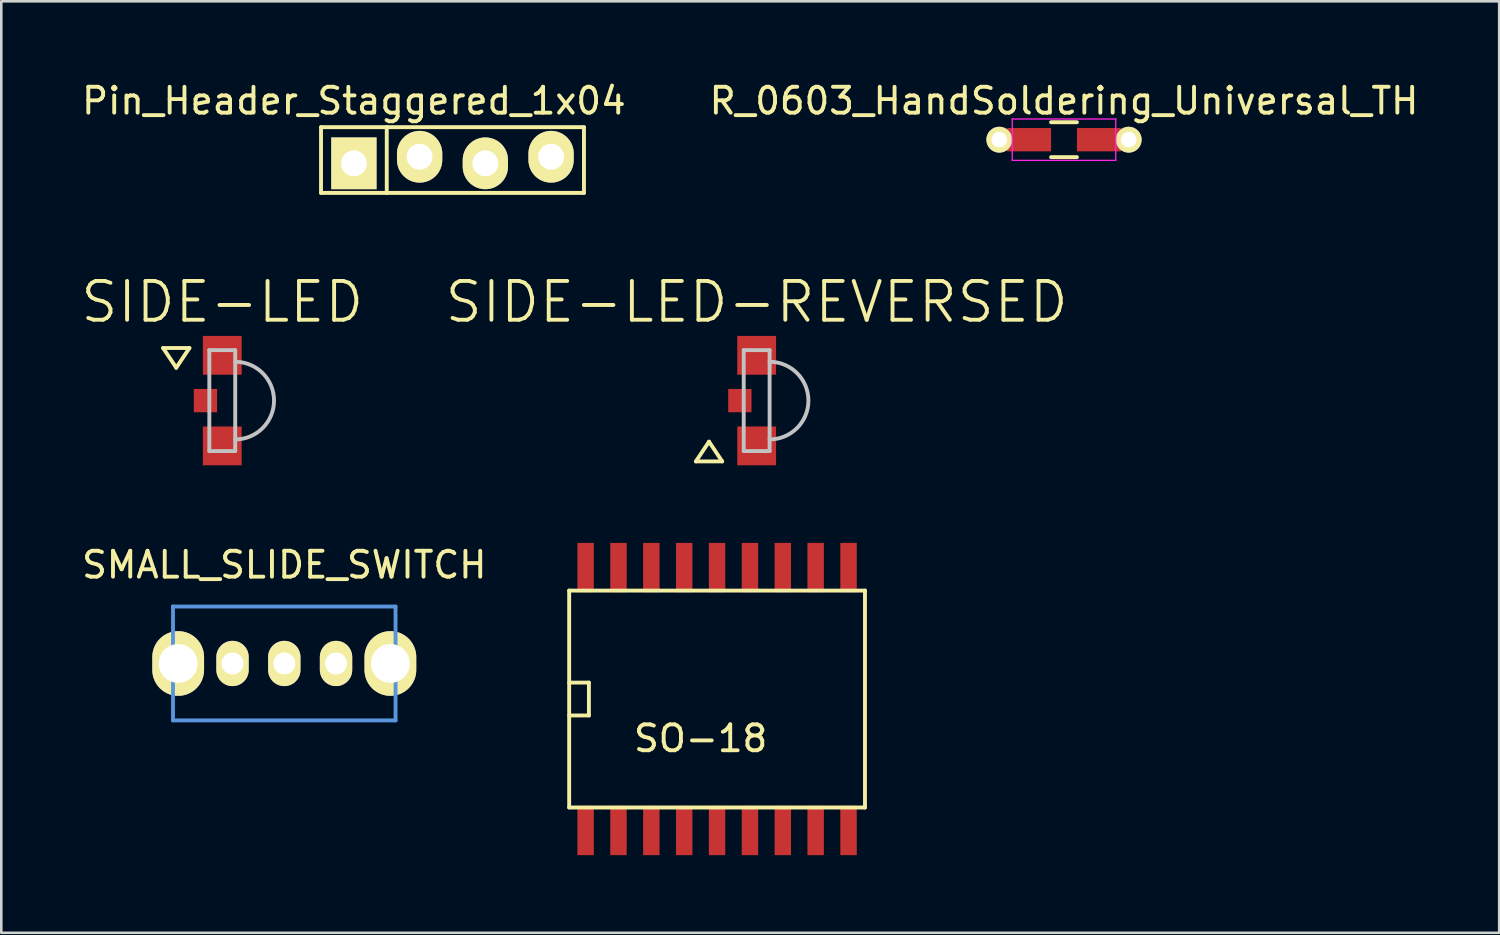
<source format=kicad_pcb>
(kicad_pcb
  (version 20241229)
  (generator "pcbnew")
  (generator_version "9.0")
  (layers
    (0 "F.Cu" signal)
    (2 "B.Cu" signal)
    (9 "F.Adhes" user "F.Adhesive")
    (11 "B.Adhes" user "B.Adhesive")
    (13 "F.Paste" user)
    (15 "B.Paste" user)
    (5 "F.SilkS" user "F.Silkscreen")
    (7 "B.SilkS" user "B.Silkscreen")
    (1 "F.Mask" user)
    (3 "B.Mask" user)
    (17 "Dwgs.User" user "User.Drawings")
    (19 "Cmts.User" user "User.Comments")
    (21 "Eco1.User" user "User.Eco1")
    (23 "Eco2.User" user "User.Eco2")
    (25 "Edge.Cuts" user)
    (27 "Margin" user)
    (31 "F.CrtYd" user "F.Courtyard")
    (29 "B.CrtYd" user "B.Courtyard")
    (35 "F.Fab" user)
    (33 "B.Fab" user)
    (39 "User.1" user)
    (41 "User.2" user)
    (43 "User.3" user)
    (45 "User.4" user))
  (footprint "SO-18"
    (layer "F.Cu")
    (at 24.024 23.962)
    (property "Reference" "SO-18" (at 0 1.524 0) (layer "F.SilkS") (effects (font (size 1 1) (thickness 0.15))))
    (attr smd)
    (fp_line (start -5.08 -4.191) (end 6.35 -4.191) (stroke (width 0.15) (type solid)) (layer "F.SilkS"))
    (fp_line (start -5.08 -0.635) (end -4.318 -0.635) (stroke (width 0.15) (type solid)) (layer "F.SilkS"))
    (fp_line (start -5.08 4.191) (end -5.08 -4.191) (stroke (width 0.15) (type solid)) (layer "F.SilkS"))
    (fp_line (start -4.318 -0.635) (end -4.318 0.635) (stroke (width 0.15) (type solid)) (layer "F.SilkS"))
    (fp_line (start -4.318 0.635) (end -5.08 0.635) (stroke (width 0.15) (type solid)) (layer "F.SilkS"))
    (fp_line (start 6.35 -4.191) (end 6.35 4.191) (stroke (width 0.15) (type solid)) (layer "F.SilkS"))
    (fp_line (start 6.35 4.191) (end -5.08 4.191) (stroke (width 0.15) (type solid)) (layer "F.SilkS"))
    (pad "1" smd rect (at -4.445 5.08) (size 0.635 1.905) (layers "F.Cu" "F.Mask" "F.Paste"))
    (pad "2" smd rect (at -3.175 5.08) (size 0.635 1.905) (layers "F.Cu" "F.Mask" "F.Paste"))
    (pad "3" smd rect (at -1.905 5.08) (size 0.635 1.905) (layers "F.Cu" "F.Mask" "F.Paste"))
    (pad "4" smd rect (at -0.635 5.08) (size 0.635 1.905) (layers "F.Cu" "F.Mask" "F.Paste"))
    (pad "5" smd rect (at 0.635 5.08) (size 0.635 1.905) (layers "F.Cu" "F.Mask" "F.Paste"))
    (pad "6" smd rect (at 1.905 5.08) (size 0.635 1.905) (layers "F.Cu" "F.Mask" "F.Paste"))
    (pad "7" smd rect (at 3.175 5.08) (size 0.635 1.905) (layers "F.Cu" "F.Mask" "F.Paste"))
    (pad "8" smd rect (at 4.445 5.08) (size 0.635 1.905) (layers "F.Cu" "F.Mask" "F.Paste"))
    (pad "9" smd rect (at 5.715 5.08) (size 0.635 1.905) (layers "F.Cu" "F.Mask" "F.Paste"))
    (pad "10" smd rect (at 5.715 -5.08) (size 0.635 1.905) (layers "F.Cu" "F.Mask" "F.Paste"))
    (pad "11" smd rect (at 4.445 -5.08) (size 0.635 1.905) (layers "F.Cu" "F.Mask" "F.Paste"))
    (pad "12" smd rect (at 3.175 -5.08) (size 0.635 1.905) (layers "F.Cu" "F.Mask" "F.Paste"))
    (pad "13" smd rect (at 1.905 -5.08) (size 0.635 1.905) (layers "F.Cu" "F.Mask" "F.Paste"))
    (pad "14" smd rect (at 0.635 -5.08) (size 0.635 1.905) (layers "F.Cu" "F.Mask" "F.Paste"))
    (pad "15" smd rect (at -0.635 -5.08) (size 0.635 1.905) (layers "F.Cu" "F.Mask" "F.Paste"))
    (pad "16" smd rect (at -1.905 -5.08) (size 0.635 1.905) (layers "F.Cu" "F.Mask" "F.Paste"))
    (pad "17" smd rect (at -3.175 -5.08) (size 0.635 1.905) (layers "F.Cu" "F.Mask" "F.Paste"))
    (pad "18" smd rect (at -4.445 -5.08) (size 0.635 1.905) (layers "F.Cu" "F.Mask" "F.Paste")))
  (footprint "SIDE-LED-REVERSED"
    (layer "F.Cu")
    (at 26.189 12.43)
    (property "Reference" "SIDE-LED-REVERSED" (at 0 -3.81 0) (layer "F.SilkS") (effects (font (size 1.5 1.5) (thickness 0.15))))
    (attr smd)
    (fp_line (start -2.349 2.349) (end -1.841 1.587) (stroke (width 0.15) (type solid)) (layer "F.SilkS"))
    (fp_line (start -2.349 2.349) (end -1.333 2.349) (stroke (width 0.15) (type solid)) (layer "F.SilkS"))
    (fp_line (start -1.841 1.587) (end -1.333 2.349) (stroke (width 0.15) (type solid)) (layer "F.SilkS"))
    (fp_line (start -0.5 -1.95) (end 0.5 -1.95) (stroke (width 0.15) (type solid)) (layer "Dwgs.User"))
    (fp_line (start -0.5 1.95) (end -0.5 -1.95) (stroke (width 0.15) (type solid)) (layer "Dwgs.User"))
    (fp_line (start 0.5 -1.95) (end 0.5 1.95) (stroke (width 0.15) (type solid)) (layer "Dwgs.User"))
    (fp_line (start 0.5 1.95) (end -0.5 1.95) (stroke (width 0.15) (type solid)) (layer "Dwgs.User"))
    (fp_arc (start 0.5 -1.5) (mid 2 0) (end 0.5 1.5) (stroke (width 0.15) (type solid)) (layer "Dwgs.User"))
    (pad "" smd rect (at -0.65 0) (size 0.9 0.9) (layers "F.Cu" "F.Mask" "F.Paste"))
    (pad "1" smd rect (at 0 1.75) (size 1.5 1.5) (layers "F.Cu" "F.Mask" "F.Paste"))
    (pad "2" smd rect (at 0 -1.75) (size 1.5 1.5) (layers "F.Cu" "F.Mask" "F.Paste")))
  (footprint "SMALL_SLIDE_SWITCH"
    (layer "F.Cu")
    (at 7.935 22.588)
    (property "Reference" "SMALL_SLIDE_SWITCH" (at 0 -3.81 0) (layer "F.SilkS") (effects (font (size 1 1) (thickness 0.15))))
    (attr through_hole)
    (fp_line (start -4.3 -2.2) (end -4.3 2.2) (stroke (width 0.15) (type solid)) (layer "Cmts.User"))
    (fp_line (start -4.3 2.2) (end 4.3 2.2) (stroke (width 0.15) (type solid)) (layer "Cmts.User"))
    (fp_line (start 4.3 -2.2) (end -4.3 -2.2) (stroke (width 0.15) (type solid)) (layer "Cmts.User"))
    (fp_line (start 4.3 2.2) (end 4.3 -2.2) (stroke (width 0.15) (type solid)) (layer "Cmts.User"))
    (pad "1" thru_hole oval (at 2 0) (size 1.25 1.75) (drill 0.85) (layers "*.Cu" "*.Mask" "F.SilkS"))
    (pad "2" thru_hole oval (at 0 0) (size 1.25 1.75) (drill 0.85) (layers "*.Cu" "*.Mask" "F.SilkS"))
    (pad "3" thru_hole oval (at -2 0) (size 1.25 1.75) (drill 0.85) (layers "*.Cu" "*.Mask" "F.SilkS"))
    (pad "4" thru_hole oval (at 4.1 0) (size 2 2.5) (drill 1.5) (layers "*.Cu" "*.Mask" "F.SilkS"))
    (pad "5" thru_hole oval (at -4.1 0) (size 2 2.5) (drill 1.5) (layers "*.Cu" "*.Mask" "F.SilkS")))
  (footprint "Pin_Header_Staggered_1x04"
    (layer "F.Cu")
    (at 14.435 3.134)
    (property "Reference" "Pin_Header_Staggered_1x04" (at -3.81 -2.286 0) (layer "F.SilkS") (effects (font (size 1 1) (thickness 0.15))))
    (attr through_hole)
    (fp_line (start -5.08 -1.27) (end -5.08 1.27) (stroke (width 0.15) (type solid)) (layer "F.SilkS"))
    (fp_line (start -5.08 -1.27) (end -2.54 -1.27) (stroke (width 0.15) (type solid)) (layer "F.SilkS"))
    (fp_line (start -5.08 1.27) (end -2.54 1.27) (stroke (width 0.15) (type solid)) (layer "F.SilkS"))
    (fp_line (start -2.54 -1.27) (end -2.54 1.27) (stroke (width 0.15) (type solid)) (layer "F.SilkS"))
    (fp_line (start -2.54 -1.27) (end 5.08 -1.27) (stroke (width 0.15) (type solid)) (layer "F.SilkS"))
    (fp_line (start -2.54 1.27) (end 5.08 1.27) (stroke (width 0.15) (type solid)) (layer "F.SilkS"))
    (fp_line (start 5.08 1.27) (end 5.08 -1.27) (stroke (width 0.15) (type solid)) (layer "F.SilkS"))
    (pad "1" thru_hole rect (at -3.81 0.127) (size 1.75 2) (drill 1) (layers "*.Cu" "*.Mask" "F.SilkS"))
    (pad "2" thru_hole oval (at -1.27 -0.127) (size 1.75 2) (drill 1) (layers "*.Cu" "*.Mask" "F.SilkS"))
    (pad "3" thru_hole oval (at 1.27 0.127) (size 1.75 2) (drill 1) (layers "*.Cu" "*.Mask" "F.SilkS"))
    (pad "4" thru_hole oval (at 3.81 -0.127) (size 1.75 2) (drill 1) (layers "*.Cu" "*.Mask" "F.SilkS")))
  (footprint "R_0603_HandSoldering_Universal_TH"
    (layer "F.Cu")
    (at 38.065 2.348)
    (property "Reference" "R_0603_HandSoldering_Universal_TH" (at 0 -1.5 0) (layer "F.SilkS") (effects (font (size 1 1) (thickness 0.15))))
    (attr smd)
    (fp_line (start -0.5 -0.675) (end 0.5 -0.675) (stroke (width 0.15) (type solid)) (layer "F.SilkS"))
    (fp_line (start 0.5 0.675) (end -0.5 0.675) (stroke (width 0.15) (type solid)) (layer "F.SilkS"))
    (fp_line (start -2 -0.8) (end -2 0.8) (stroke (width 0.05) (type solid)) (layer "F.CrtYd"))
    (fp_line (start -2 -0.8) (end 2 -0.8) (stroke (width 0.05) (type solid)) (layer "F.CrtYd"))
    (fp_line (start -2 0.8) (end 2 0.8) (stroke (width 0.05) (type solid)) (layer "F.CrtYd"))
    (fp_line (start 2 -0.8) (end 2 0.8) (stroke (width 0.05) (type solid)) (layer "F.CrtYd"))
    (pad "1" thru_hole circle (at -2.5 0) (size 1 1) (drill 0.6) (layers "*.Cu" "*.Mask" "F.SilkS"))
    (pad "1" smd rect (at -1.35 0) (size 1.7 0.9) (layers "F.Cu" "F.Mask" "F.Paste"))
    (pad "2" smd rect (at 1.35 0) (size 1.7 0.9) (layers "F.Cu" "F.Mask" "F.Paste"))
    (pad "2" thru_hole circle (at 2.5 0) (size 1 1) (drill 0.6) (layers "*.Cu" "*.Mask" "F.SilkS")))
  (footprint "SIDE-LED"
    (layer "F.Cu")
    (at 5.539 12.43)
    (property "Reference" "SIDE-LED" (at 0 -3.81 0) (layer "F.SilkS") (effects (font (size 1.5 1.5) (thickness 0.15))))
    (attr smd)
    (fp_line (start -2.286 -2.032) (end -1.778 -1.27) (stroke (width 0.15) (type solid)) (layer "F.SilkS"))
    (fp_line (start -2.286 -2.032) (end -1.27 -2.032) (stroke (width 0.15) (type solid)) (layer "F.SilkS"))
    (fp_line (start -1.778 -1.27) (end -1.27 -2.032) (stroke (width 0.15) (type solid)) (layer "F.SilkS"))
    (fp_line (start -0.5 -1.95) (end 0.5 -1.95) (stroke (width 0.15) (type solid)) (layer "Dwgs.User"))
    (fp_line (start -0.5 1.95) (end -0.5 -1.95) (stroke (width 0.15) (type solid)) (layer "Dwgs.User"))
    (fp_line (start 0.5 -1.95) (end 0.5 1.95) (stroke (width 0.15) (type solid)) (layer "Dwgs.User"))
    (fp_line (start 0.5 1.95) (end -0.5 1.95) (stroke (width 0.15) (type solid)) (layer "Dwgs.User"))
    (fp_arc (start 0.5 -1.5) (mid 2 0) (end 0.5 1.5) (stroke (width 0.15) (type solid)) (layer "Dwgs.User"))
    (pad "" smd rect (at -0.65 0) (size 0.9 0.9) (layers "F.Cu" "F.Mask" "F.Paste"))
    (pad "1" smd rect (at 0 -1.75) (size 1.5 1.5) (layers "F.Cu" "F.Mask" "F.Paste"))
    (pad "2" smd rect (at 0 1.75) (size 1.5 1.5) (layers "F.Cu" "F.Mask" "F.Paste")))
  (gr_rect
    (start -3 -3)
    (end 54.881 32.995)
    (stroke (width 0.1) (type default))
    (fill no)
    (layer "Edge.Cuts")))
</source>
